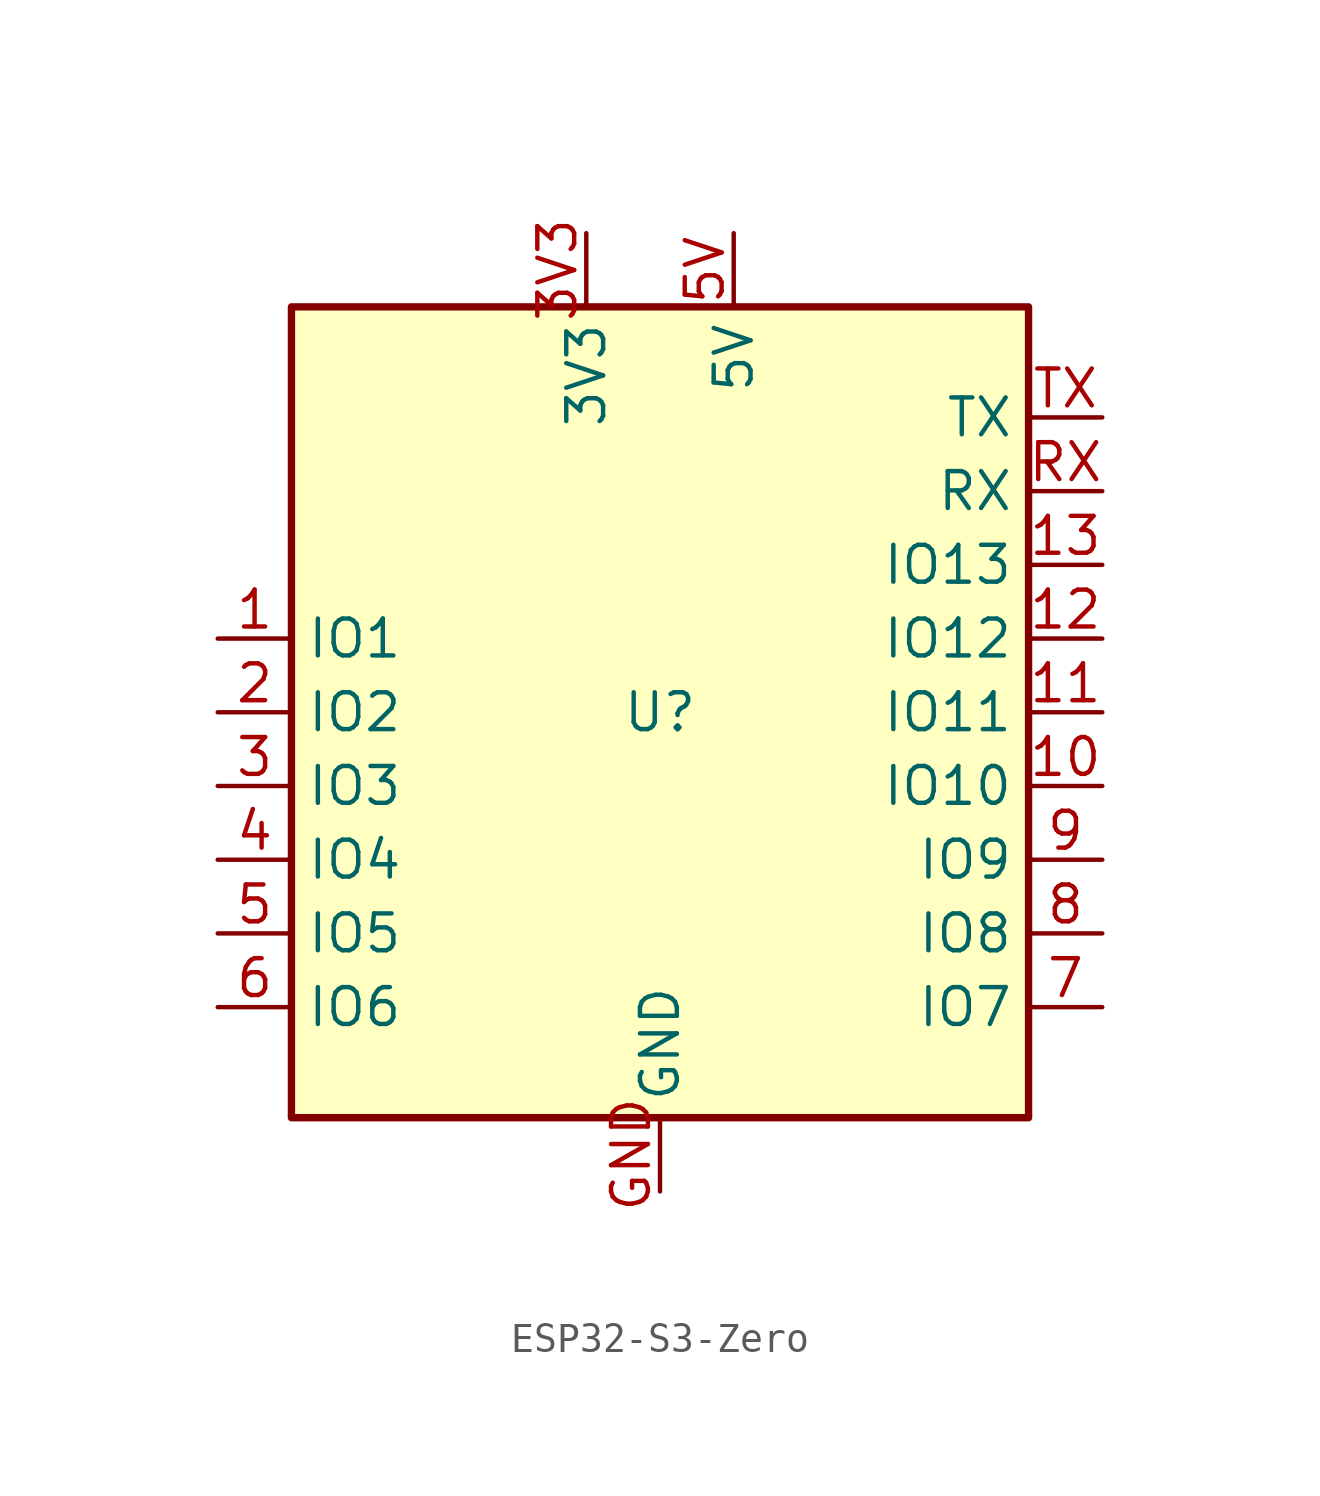
<source format=kicad_sym>
(kicad_symbol_lib
  (version 20231120)
  (generator "kicad_symbol_editor")
  (generator_version "8.0")
  (symbol "ESP32-S3-Zero"
    (property "Reference" "U"
      (at 0 0 0)
      (effects (font (size 1.27 1.27))))
    (property "Value" ""
      (at 0 0 0)
      (effects (font (size 1.27 1.27))))
    (symbol "ESP32-S3-Zero_0_0"
      (rectangle (start -12.7 13.97) (end 12.7 -13.97) (stroke (width 0.254) (type default)) (fill (type background))))
    (symbol "ESP32-S3-Zero_1_1"
      (pin bidirectional line (at -15.24 2.54 0) (length 2.54) (name "IO1" (effects (font (size 1.27 1.27)))) (number "1" (effects (font (size 1.27 1.27)))))
      (pin bidirectional line (at 15.24 -2.54 180) (length 2.54) (name "IO10" (effects (font (size 1.27 1.27)))) (number "10" (effects (font (size 1.27 1.27)))))
      (pin bidirectional line (at 15.24 0 180) (length 2.54) (name "IO11" (effects (font (size 1.27 1.27)))) (number "11" (effects (font (size 1.27 1.27)))))
      (pin bidirectional line (at 15.24 2.54 180) (length 2.54) (name "IO12" (effects (font (size 1.27 1.27)))) (number "12" (effects (font (size 1.27 1.27)))))
      (pin bidirectional line (at 15.24 5.08 180) (length 2.54) (name "IO13" (effects (font (size 1.27 1.27)))) (number "13" (effects (font (size 1.27 1.27)))))
      (pin bidirectional line (at -15.24 0 0) (length 2.54) (name "IO2" (effects (font (size 1.27 1.27)))) (number "2" (effects (font (size 1.27 1.27)))))
      (pin bidirectional line (at -15.24 -2.54 0) (length 2.54) (name "IO3" (effects (font (size 1.27 1.27)))) (number "3" (effects (font (size 1.27 1.27)))))
      (pin power_in line (at -2.54 16.51 270) (length 2.54) (name "3V3" (effects (font (size 1.27 1.27)))) (number "3V3" (effects (font (size 1.27 1.27)))))
      (pin bidirectional line (at -15.24 -5.08 0) (length 2.54) (name "IO4" (effects (font (size 1.27 1.27)))) (number "4" (effects (font (size 1.27 1.27)))))
      (pin bidirectional line (at -15.24 -7.62 0) (length 2.54) (name "IO5" (effects (font (size 1.27 1.27)))) (number "5" (effects (font (size 1.27 1.27)))))
      (pin power_in line (at 2.54 16.51 270) (length 2.54) (name "5V" (effects (font (size 1.27 1.27)))) (number "5V" (effects (font (size 1.27 1.27)))))
      (pin bidirectional line (at -15.24 -10.16 0) (length 2.54) (name "IO6" (effects (font (size 1.27 1.27)))) (number "6" (effects (font (size 1.27 1.27)))))
      (pin bidirectional line (at 15.24 -10.16 180) (length 2.54) (name "IO7" (effects (font (size 1.27 1.27)))) (number "7" (effects (font (size 1.27 1.27)))))
      (pin bidirectional line (at 15.24 -7.62 180) (length 2.54) (name "IO8" (effects (font (size 1.27 1.27)))) (number "8" (effects (font (size 1.27 1.27)))))
      (pin bidirectional line (at 15.24 -5.08 180) (length 2.54) (name "IO9" (effects (font (size 1.27 1.27)))) (number "9" (effects (font (size 1.27 1.27)))))
      (pin power_in line (at 0 -16.51 90) (length 2.54) (name "GND" (effects (font (size 1.27 1.27)))) (number "GND" (effects (font (size 1.27 1.27)))))
      (pin input line (at 15.24 7.62 180) (length 2.54) (name "RX" (effects (font (size 1.27 1.27)))) (number "RX" (effects (font (size 1.27 1.27)))))
      (pin output line (at 15.24 10.16 180) (length 2.54) (name "TX" (effects (font (size 1.27 1.27)))) (number "TX" (effects (font (size 1.27 1.27))))))))
</source>
